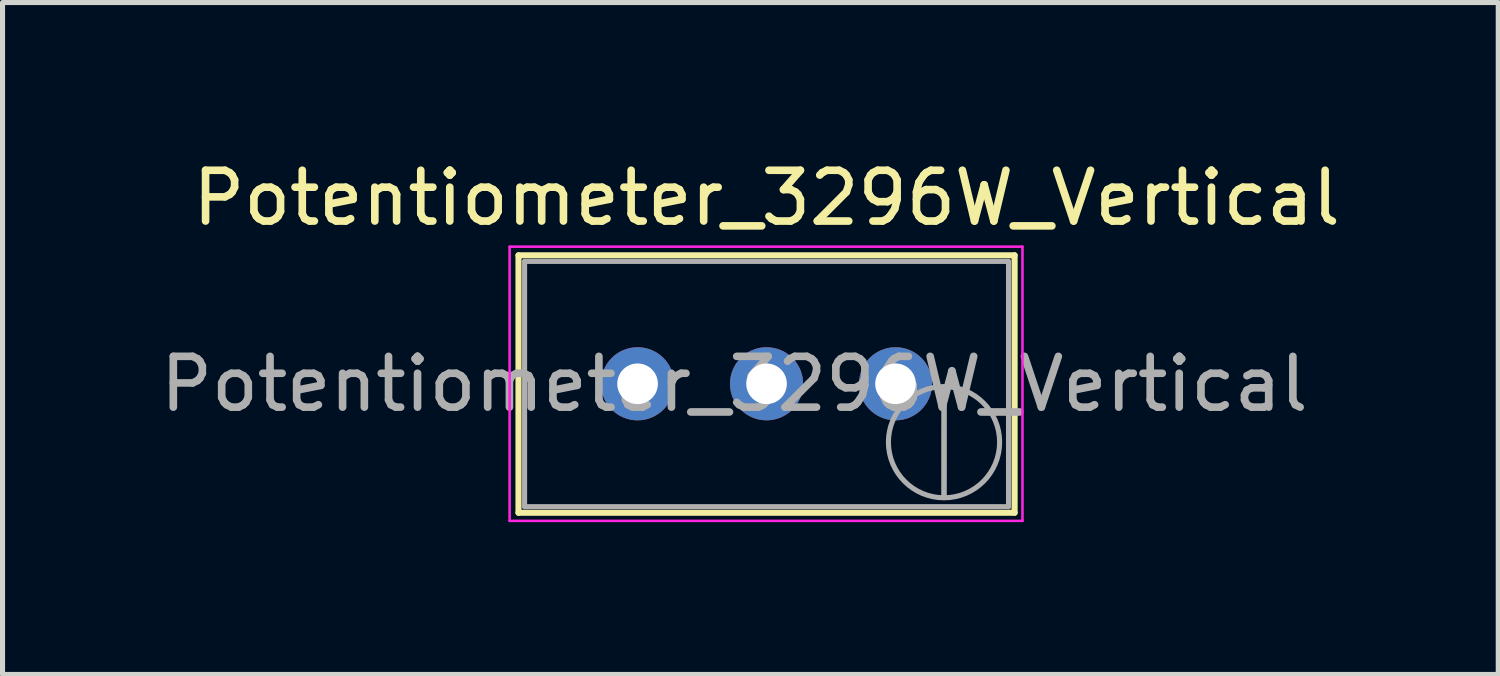
<source format=kicad_pcb>
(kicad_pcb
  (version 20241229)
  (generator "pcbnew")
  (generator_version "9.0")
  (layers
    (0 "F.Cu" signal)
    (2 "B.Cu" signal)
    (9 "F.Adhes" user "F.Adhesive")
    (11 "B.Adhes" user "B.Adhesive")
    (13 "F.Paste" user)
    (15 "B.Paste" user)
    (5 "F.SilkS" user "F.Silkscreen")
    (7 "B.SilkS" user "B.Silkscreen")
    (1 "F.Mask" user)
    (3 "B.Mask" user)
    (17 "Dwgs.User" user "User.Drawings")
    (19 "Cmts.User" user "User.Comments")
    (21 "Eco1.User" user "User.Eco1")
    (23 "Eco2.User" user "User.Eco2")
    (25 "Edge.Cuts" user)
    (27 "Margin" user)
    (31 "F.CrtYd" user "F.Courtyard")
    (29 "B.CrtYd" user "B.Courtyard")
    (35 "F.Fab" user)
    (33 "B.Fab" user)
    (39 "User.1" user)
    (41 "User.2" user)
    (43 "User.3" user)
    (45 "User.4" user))
  (footprint "Potentiometer_3296W_Vertical"
    (layer "F.Cu")
    (at 14.586 4.508)
    (property "Reference" "Potentiometer_3296W_Vertical" (at -2.54 -3.66 0) (layer "F.SilkS") (effects (font (size 1 1) (thickness 0.15))))
    (attr through_hole)
    (fp_line (start -7.425 -2.53) (end -7.425 2.54) (stroke (width 0.12) (type solid)) (layer "F.SilkS"))
    (fp_line (start -7.425 -2.53) (end 2.345 -2.53) (stroke (width 0.12) (type solid)) (layer "F.SilkS"))
    (fp_line (start -7.425 2.54) (end 2.345 2.54) (stroke (width 0.12) (type solid)) (layer "F.SilkS"))
    (fp_line (start 2.345 -2.53) (end 2.345 2.54) (stroke (width 0.12) (type solid)) (layer "F.SilkS"))
    (fp_line (start -7.6 -2.7) (end -7.6 2.7) (stroke (width 0.05) (type solid)) (layer "F.CrtYd"))
    (fp_line (start -7.6 2.7) (end 2.5 2.7) (stroke (width 0.05) (type solid)) (layer "F.CrtYd"))
    (fp_line (start 2.5 -2.7) (end -7.6 -2.7) (stroke (width 0.05) (type solid)) (layer "F.CrtYd"))
    (fp_line (start 2.5 2.7) (end 2.5 -2.7) (stroke (width 0.05) (type solid)) (layer "F.CrtYd"))
    (fp_line (start -7.305 -2.41) (end -7.305 2.42) (stroke (width 0.1) (type solid)) (layer "F.Fab"))
    (fp_line (start -7.305 2.42) (end 2.225 2.42) (stroke (width 0.1) (type solid)) (layer "F.Fab"))
    (fp_line (start 0.955 2.235) (end 0.956 0.066) (stroke (width 0.1) (type solid)) (layer "F.Fab"))
    (fp_line (start 0.955 2.235) (end 0.956 0.066) (stroke (width 0.1) (type solid)) (layer "F.Fab"))
    (fp_line (start 2.225 -2.41) (end -7.305 -2.41) (stroke (width 0.1) (type solid)) (layer "F.Fab"))
    (fp_line (start 2.225 2.42) (end 2.225 -2.41) (stroke (width 0.1) (type solid)) (layer "F.Fab"))
    (fp_circle (center 0.955 1.15) (end 2.05 1.15) (stroke (width 0.1) (type solid)) (fill no) (layer "F.Fab"))
    (fp_text user "${REFERENCE}" (at -3.175 0.005 0) (layer "F.Fab") (effects (font (size 1 1) (thickness 0.15))))
    (pad "1" thru_hole circle (at 0 0) (size 1.44 1.44) (drill 0.8) (layers "*.Cu" "*.Mask"))
    (pad "2" thru_hole circle (at -2.54 0) (size 1.44 1.44) (drill 0.8) (layers "*.Cu" "*.Mask"))
    (pad "3" thru_hole circle (at -5.08 0) (size 1.44 1.44) (drill 0.8) (layers "*.Cu" "*.Mask")))
  (gr_rect
    (start -3 -3)
    (end 26.456 10.233)
    (stroke (width 0.1) (type default))
    (fill no)
    (layer "Edge.Cuts")))
</source>
